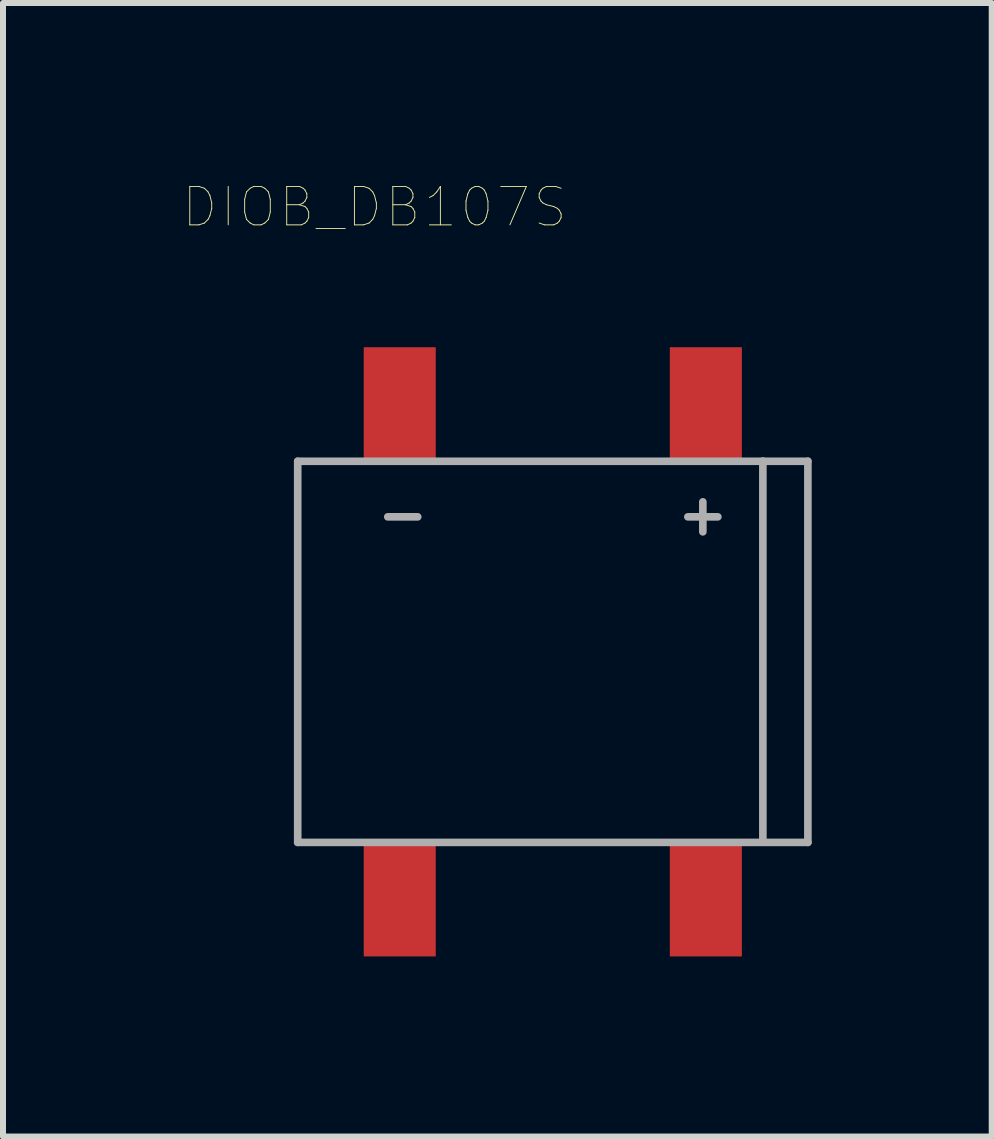
<source format=kicad_pcb>
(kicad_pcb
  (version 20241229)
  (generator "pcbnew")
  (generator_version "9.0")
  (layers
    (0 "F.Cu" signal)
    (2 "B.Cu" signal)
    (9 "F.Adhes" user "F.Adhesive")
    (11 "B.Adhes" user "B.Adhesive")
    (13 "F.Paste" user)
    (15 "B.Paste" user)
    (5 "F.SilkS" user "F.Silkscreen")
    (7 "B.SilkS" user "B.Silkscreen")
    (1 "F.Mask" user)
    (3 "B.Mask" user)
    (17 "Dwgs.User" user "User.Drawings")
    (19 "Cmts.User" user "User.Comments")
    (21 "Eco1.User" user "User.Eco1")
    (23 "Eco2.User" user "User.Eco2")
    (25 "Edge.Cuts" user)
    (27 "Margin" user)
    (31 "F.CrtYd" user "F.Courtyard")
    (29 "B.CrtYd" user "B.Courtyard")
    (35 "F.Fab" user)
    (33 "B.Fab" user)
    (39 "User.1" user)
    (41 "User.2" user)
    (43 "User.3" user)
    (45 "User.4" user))
  (footprint "DIOB_DB107S"
    (layer "F.Cu")
    (at 6.16 7.811)
    (property "Reference" "DIOB_DB107S" (at -2.97 -7.41 0) (layer "F.SilkS") (effects (font (size 0.64 0.64) (thickness 0.015))))
    (attr through_hole)
    (fp_line (start -4.25 -3.176) (end -4.25 3.174) (stroke (width 0.127) (type solid)) (layer "F.Fab"))
    (fp_line (start -4.25 3.174) (end 4.25 3.174) (stroke (width 0.127) (type solid)) (layer "F.Fab"))
    (fp_line (start -2.75 -2.25) (end -2.25 -2.25) (stroke (width 0.127) (type solid)) (layer "F.Fab"))
    (fp_line (start 2.25 -2.25) (end 2.75 -2.25) (stroke (width 0.127) (type solid)) (layer "F.Fab"))
    (fp_line (start 2.5 -2.5) (end 2.5 -2) (stroke (width 0.127) (type solid)) (layer "F.Fab"))
    (fp_line (start 3.5 -3.176) (end -4.25 -3.176) (stroke (width 0.127) (type solid)) (layer "F.Fab"))
    (fp_line (start 3.5 -3.176) (end 3.5 3.17) (stroke (width 0.127) (type solid)) (layer "F.Fab"))
    (fp_line (start 4.25 -3.176) (end 3.5 -3.176) (stroke (width 0.127) (type solid)) (layer "F.Fab"))
    (fp_line (start 4.25 3.174) (end 4.25 -3.176) (stroke (width 0.127) (type solid)) (layer "F.Fab"))
    (pad "+" smd rect (at 2.55 -4.126) (size 1.2 1.9) (layers "F.Cu" "F.Mask" "F.Paste"))
    (pad "-" smd rect (at -2.55 -4.126) (size 1.2 1.9) (layers "F.Cu" "F.Mask" "F.Paste"))
    (pad "~" smd rect (at 2.55 4.124) (size 1.2 1.9) (layers "F.Cu" "F.Mask" "F.Paste"))
    (pad "~." smd rect (at -2.55 4.124) (size 1.2 1.9) (layers "F.Cu" "F.Mask" "F.Paste")))
  (gr_rect
    (start -3 -3)
    (end 13.473 15.886)
    (stroke (width 0.1) (type default))
    (fill no)
    (layer "Edge.Cuts")))
</source>
